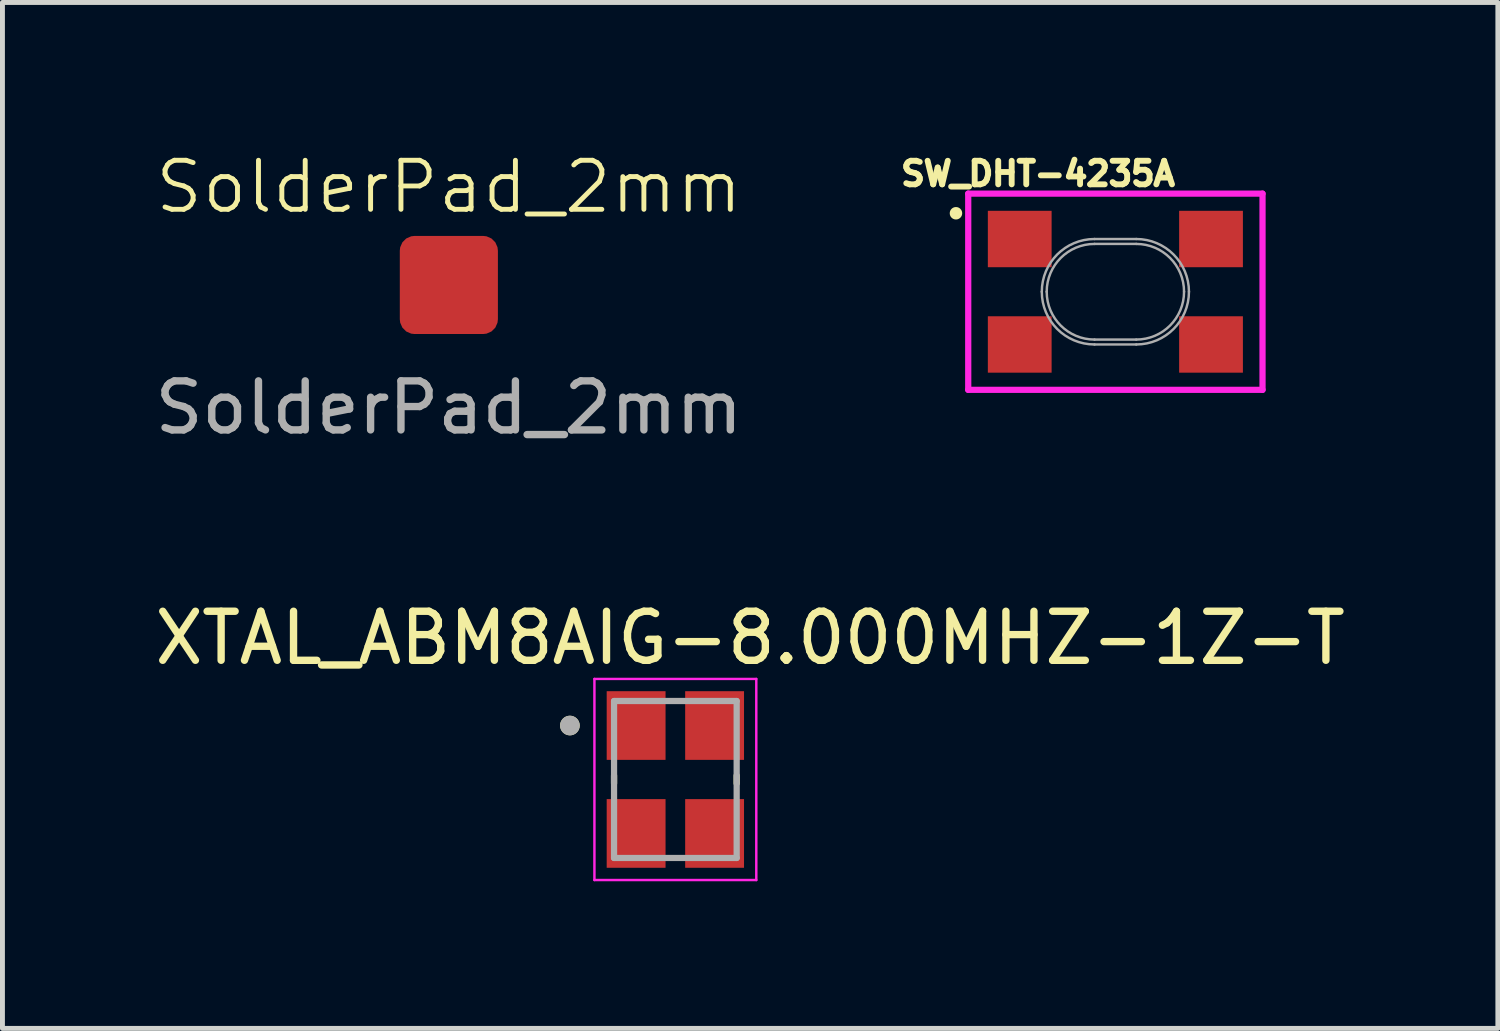
<source format=kicad_pcb>
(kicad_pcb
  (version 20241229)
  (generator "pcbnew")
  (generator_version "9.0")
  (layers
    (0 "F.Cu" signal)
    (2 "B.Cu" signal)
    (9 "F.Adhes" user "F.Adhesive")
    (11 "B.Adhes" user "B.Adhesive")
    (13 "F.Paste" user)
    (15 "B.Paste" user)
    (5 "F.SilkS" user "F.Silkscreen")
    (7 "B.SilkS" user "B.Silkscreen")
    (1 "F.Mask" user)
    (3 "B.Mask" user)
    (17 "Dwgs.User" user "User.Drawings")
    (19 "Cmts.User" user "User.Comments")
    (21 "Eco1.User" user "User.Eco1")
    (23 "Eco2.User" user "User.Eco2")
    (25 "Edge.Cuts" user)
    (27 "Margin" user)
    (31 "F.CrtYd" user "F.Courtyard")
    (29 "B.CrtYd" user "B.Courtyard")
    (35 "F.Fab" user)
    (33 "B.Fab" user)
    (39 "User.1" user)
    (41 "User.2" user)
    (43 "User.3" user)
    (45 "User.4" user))
  (footprint "SW_DHT-4235A"
    (layer "F.Cu")
    (at 19.69 2.898)
    (property "Reference" "SW_DHT-4235A" (at -1.577 -2.406 0) (layer "F.SilkS") (effects (font (size 0.48 0.48) (thickness 0.15))))
    (attr smd)
    (fp_circle (center -3.25 -1.6) (end -3.123 -1.6) (stroke (width 0) (type solid)) (fill yes) (layer "F.SilkS"))
    (fp_line (start -3 -2) (end 3 -2) (stroke (width 0.127) (type solid)) (layer "F.CrtYd"))
    (fp_line (start -3 2) (end -3 -2) (stroke (width 0.127) (type solid)) (layer "F.CrtYd"))
    (fp_line (start 3 -2) (end 3 2) (stroke (width 0.127) (type solid)) (layer "F.CrtYd"))
    (fp_line (start 3 2) (end -3 2) (stroke (width 0.127) (type solid)) (layer "F.CrtYd"))
    (fp_line (start -0.425 -1.075) (end 0.425 -1.075) (stroke (width 0.05) (type solid)) (layer "F.Fab"))
    (fp_line (start -0.425 -0.975) (end 0.425 -0.975) (stroke (width 0.05) (type solid)) (layer "F.Fab"))
    (fp_line (start 0.425 0.975) (end -0.425 0.975) (stroke (width 0.05) (type solid)) (layer "F.Fab"))
    (fp_line (start 0.425 1.075) (end -0.425 1.075) (stroke (width 0.05) (type solid)) (layer "F.Fab"))
    (fp_arc (start -1.5 0) (mid -1.18514 -0.76014) (end -0.425 -1.075) (stroke (width 0.05) (type solid)) (layer "F.Fab"))
    (fp_arc (start -1.4 0) (mid -1.114429 -0.689429) (end -0.425 -0.975) (stroke (width 0.05) (type solid)) (layer "F.Fab"))
    (fp_arc (start -0.425 0.975) (mid -1.114429 0.689429) (end -1.4 0) (stroke (width 0.05) (type solid)) (layer "F.Fab"))
    (fp_arc (start -0.425 1.075) (mid -1.18514 0.76014) (end -1.5 0) (stroke (width 0.05) (type solid)) (layer "F.Fab"))
    (fp_arc (start 0.425 -1.075) (mid 1.18514 -0.76014) (end 1.5 0) (stroke (width 0.05) (type solid)) (layer "F.Fab"))
    (fp_arc (start 0.425 -0.975) (mid 1.114429 -0.689429) (end 1.4 0) (stroke (width 0.05) (type solid)) (layer "F.Fab"))
    (fp_arc (start 1.4 0) (mid 1.114429 0.689429) (end 0.425 0.975) (stroke (width 0.05) (type solid)) (layer "F.Fab"))
    (fp_arc (start 1.5 0) (mid 1.18514 0.76014) (end 0.425 1.075) (stroke (width 0.05) (type solid)) (layer "F.Fab"))
    (pad "1" smd rect (at -1.95 -1.075) (size 1.3 1.15) (layers "F.Cu" "F.Mask" "F.Paste"))
    (pad "2" smd rect (at 1.95 -1.075) (size 1.3 1.15) (layers "F.Cu" "F.Mask" "F.Paste"))
    (pad "3" smd rect (at -1.95 1.075) (size 1.3 1.15) (layers "F.Cu" "F.Mask" "F.Paste"))
    (pad "4" smd rect (at 1.95 1.075) (size 1.3 1.15) (layers "F.Cu" "F.Mask" "F.Paste")))
  (footprint "XTAL_ABM8AIG-8.000MHZ-1Z-T"
    (layer "F.Cu")
    (at 10.719 12.842)
    (property "Reference" "XTAL_ABM8AIG-8.000MHZ-1Z-T" (at 1.525 -2.885 0) (layer "F.SilkS") (effects (font (size 1 1) (thickness 0.15))))
    (attr smd)
    (fp_line (start -1.25 -0.08) (end -1.25 0.08) (stroke (width 0.127) (type solid)) (layer "F.SilkS"))
    (fp_line (start 1.25 -0.08) (end 1.25 0.08) (stroke (width 0.127) (type solid)) (layer "F.SilkS"))
    (fp_circle (center -2.15 -1.1) (end -2.05 -1.1) (stroke (width 0.2) (type solid)) (fill no) (layer "F.SilkS"))
    (fp_line (start -1.65 -2.05) (end -1.65 2.05) (stroke (width 0.05) (type solid)) (layer "F.CrtYd"))
    (fp_line (start -1.65 -2.05) (end 1.65 -2.05) (stroke (width 0.05) (type solid)) (layer "F.CrtYd"))
    (fp_line (start 1.65 -2.05) (end 1.65 2.05) (stroke (width 0.05) (type solid)) (layer "F.CrtYd"))
    (fp_line (start 1.65 2.05) (end -1.65 2.05) (stroke (width 0.05) (type solid)) (layer "F.CrtYd"))
    (fp_line (start -1.25 -1.6) (end -1.25 1.6) (stroke (width 0.127) (type solid)) (layer "F.Fab"))
    (fp_line (start -1.25 -1.6) (end 1.25 -1.6) (stroke (width 0.127) (type solid)) (layer "F.Fab"))
    (fp_line (start 1.25 -1.6) (end 1.25 1.6) (stroke (width 0.127) (type solid)) (layer "F.Fab"))
    (fp_line (start 1.25 1.6) (end -1.25 1.6) (stroke (width 0.127) (type solid)) (layer "F.Fab"))
    (fp_circle (center -2.15 -1.1) (end -2.05 -1.1) (stroke (width 0.2) (type solid)) (fill no) (layer "F.Fab"))
    (pad "1" smd rect (at -0.8 -1.1) (size 1.2 1.4) (layers "F.Cu" "F.Mask" "F.Paste"))
    (pad "2" smd rect (at -0.8 1.1) (size 1.2 1.4) (layers "F.Cu" "F.Mask" "F.Paste"))
    (pad "3" smd rect (at 0.8 1.1) (size 1.2 1.4) (layers "F.Cu" "F.Mask" "F.Paste"))
    (pad "4" smd rect (at 0.8 -1.1) (size 1.2 1.4) (layers "F.Cu" "F.Mask" "F.Paste")))
  (footprint "SolderPad_2mm"
    (layer "F.Cu")
    (at 6.101 2.76)
    (property "Reference" "SolderPad_2mm" (at 0 -2 0) (unlocked yes) (layer "F.SilkS") (effects (font (size 1 1) (thickness 0.1))))
    (attr smd)
    (fp_text user "${REFERENCE}" (at 0 2.5 0) (unlocked yes) (layer "F.Fab") (effects (font (size 1 1) (thickness 0.15))))
    (pad "1" smd roundrect (at 0 0) (size 2 2) (layers "F.Cu" "F.Mask" "F.Paste") (roundrect_rratio 0.15)))
  (gr_rect
    (start -3 -3)
    (end 27.488 17.917)
    (stroke (width 0.1) (type default))
    (fill no)
    (layer "Edge.Cuts")))
</source>
